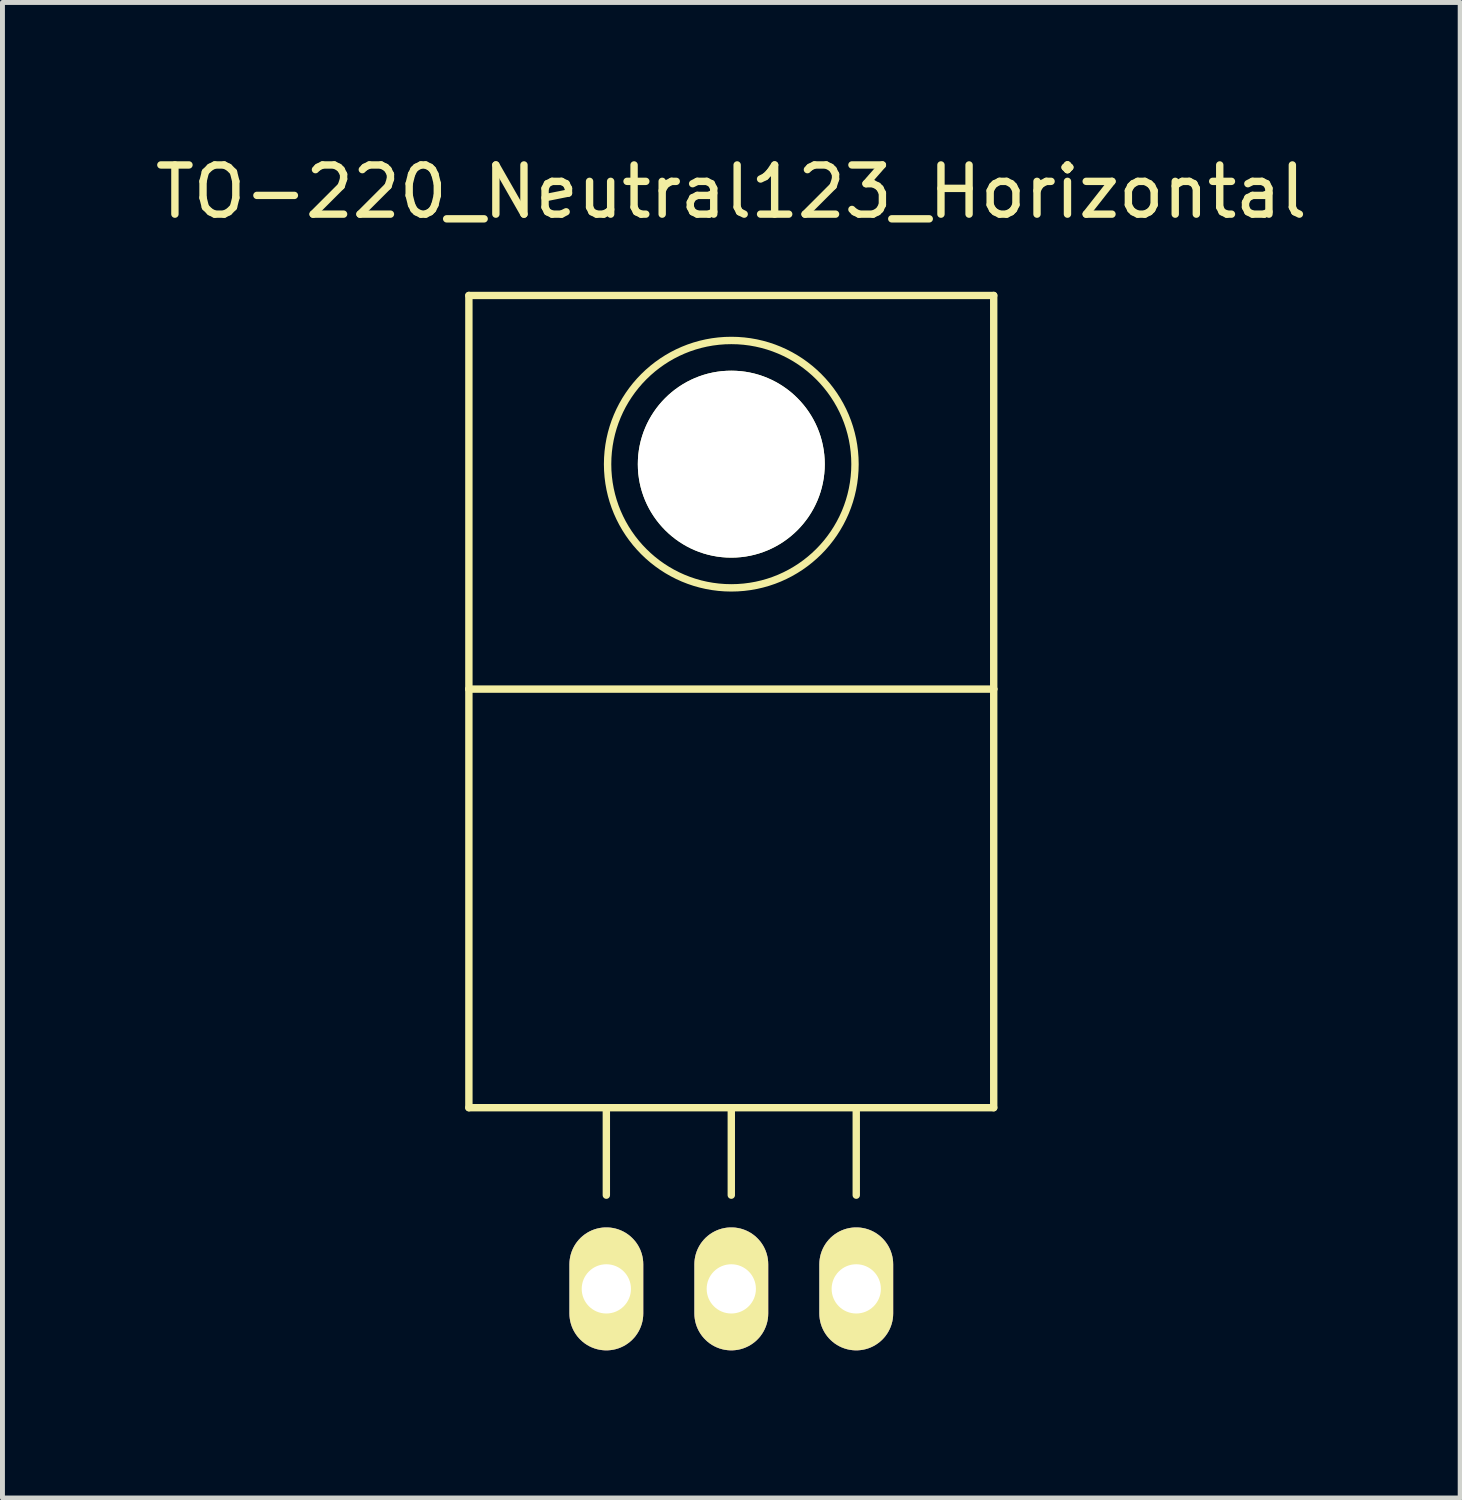
<source format=kicad_pcb>
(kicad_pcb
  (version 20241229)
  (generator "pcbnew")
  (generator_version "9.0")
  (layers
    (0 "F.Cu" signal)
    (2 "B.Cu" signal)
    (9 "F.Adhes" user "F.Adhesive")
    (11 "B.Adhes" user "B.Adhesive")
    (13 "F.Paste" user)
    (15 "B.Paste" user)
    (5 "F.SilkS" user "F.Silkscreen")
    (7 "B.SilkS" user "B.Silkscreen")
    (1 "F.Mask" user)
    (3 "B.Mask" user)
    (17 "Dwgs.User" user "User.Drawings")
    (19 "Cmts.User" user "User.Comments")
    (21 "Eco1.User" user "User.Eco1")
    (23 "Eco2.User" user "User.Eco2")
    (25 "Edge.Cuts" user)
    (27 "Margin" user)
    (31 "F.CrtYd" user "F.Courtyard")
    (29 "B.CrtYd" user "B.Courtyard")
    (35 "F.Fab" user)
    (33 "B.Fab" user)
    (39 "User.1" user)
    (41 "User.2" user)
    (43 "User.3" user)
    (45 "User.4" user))
  (footprint "TO-220_Neutral123_Horizontal"
    (layer "F.Cu")
    (at 11.815 23.149)
    (property "Reference" "TO-220_Neutral123_Horizontal" (at 0 -22.301 0) (layer "F.SilkS") (effects (font (size 1 1) (thickness 0.15))))
    (attr through_hole)
    (fp_line (start -5.334 -20.193) (end -5.334 -12.192) (stroke (width 0.15) (type solid)) (layer "F.SilkS"))
    (fp_line (start -5.334 -12.192) (end -5.334 -3.683) (stroke (width 0.15) (type solid)) (layer "F.SilkS"))
    (fp_line (start -2.54 -3.683) (end -2.54 -1.905) (stroke (width 0.15) (type solid)) (layer "F.SilkS"))
    (fp_line (start 0 -3.683) (end -5.334 -3.683) (stroke (width 0.15) (type solid)) (layer "F.SilkS"))
    (fp_line (start 0 -3.683) (end 0 -1.905) (stroke (width 0.15) (type solid)) (layer "F.SilkS"))
    (fp_line (start 0 -3.683) (end 5.334 -3.683) (stroke (width 0.15) (type solid)) (layer "F.SilkS"))
    (fp_line (start 2.54 -3.683) (end 2.54 -1.905) (stroke (width 0.15) (type solid)) (layer "F.SilkS"))
    (fp_line (start 5.334 -20.193) (end -5.334 -20.193) (stroke (width 0.15) (type solid)) (layer "F.SilkS"))
    (fp_line (start 5.334 -12.192) (end -5.334 -12.192) (stroke (width 0.15) (type solid)) (layer "F.SilkS"))
    (fp_line (start 5.334 -12.192) (end 5.334 -20.193) (stroke (width 0.15) (type solid)) (layer "F.SilkS"))
    (fp_line (start 5.334 -3.683) (end 5.334 -12.192) (stroke (width 0.15) (type solid)) (layer "F.SilkS"))
    (fp_circle (center 0 -16.764) (end 1.778 -14.986) (stroke (width 0.15) (type solid)) (fill no) (layer "F.SilkS"))
    (pad "" np_thru_hole circle (at 0 -16.764 90) (size 3.8 3.8) (drill 3.8) (layers "*.Cu" "*.Mask" "F.SilkS"))
    (pad "GND" thru_hole oval (at 0 0 90) (size 2.499 1.501) (drill 1.001) (layers "*.Cu" "*.Mask" "F.SilkS"))
    (pad "VI" thru_hole oval (at -2.54 0 90) (size 2.499 1.501) (drill 1.001) (layers "*.Cu" "*.Mask" "F.SilkS"))
    (pad "VO" thru_hole oval (at 2.54 0 90) (size 2.499 1.501) (drill 1.001) (layers "*.Cu" "*.Mask" "F.SilkS")))
  (gr_rect
    (start -3 -3)
    (end 26.631 27.399)
    (stroke (width 0.1) (type default))
    (fill no)
    (layer "Edge.Cuts")))
</source>
